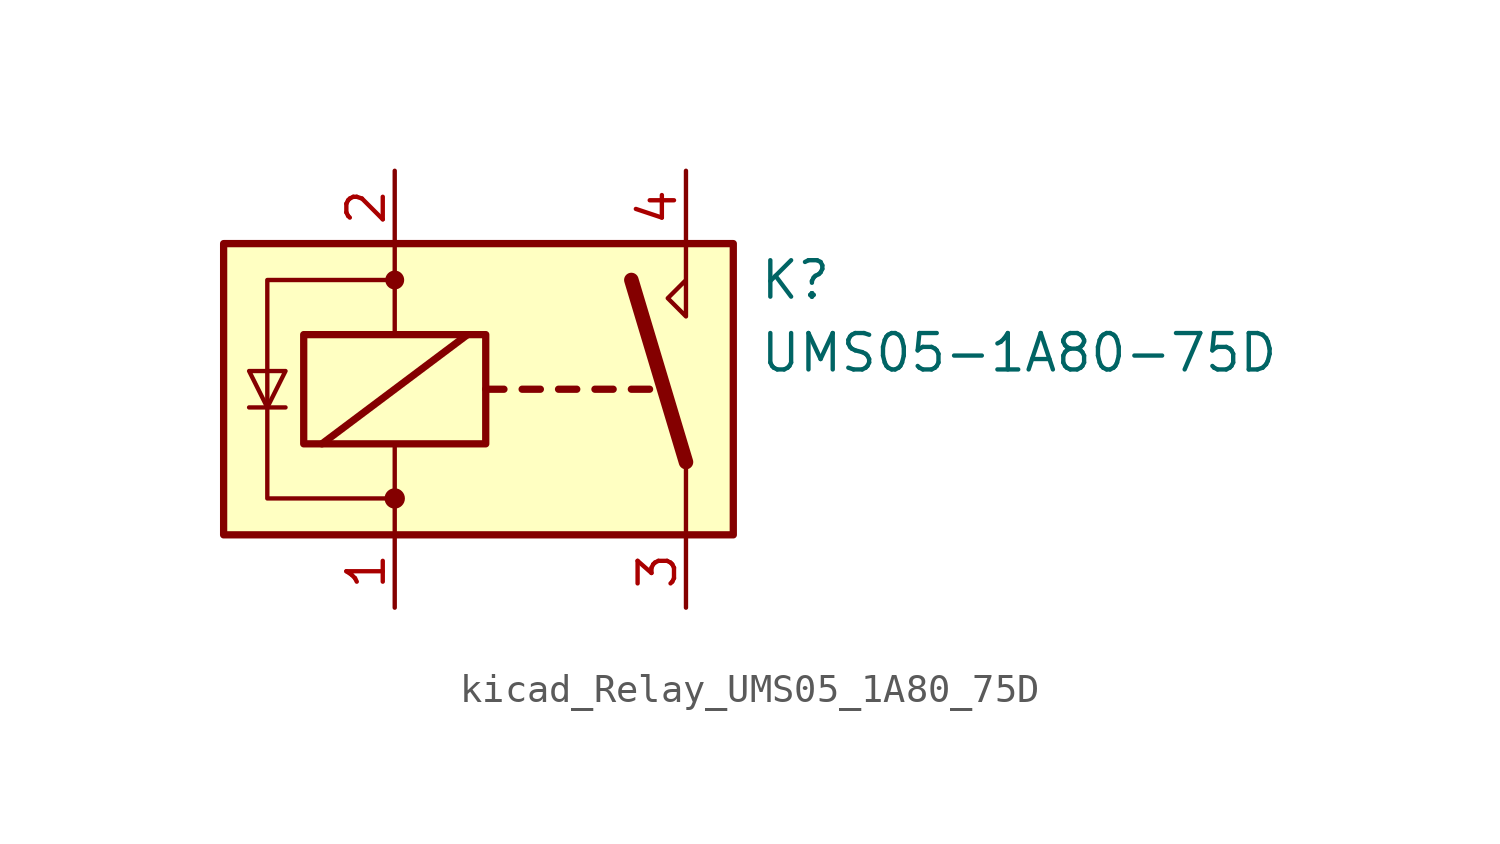
<source format=kicad_sym>
(kicad_symbol_lib
  (version 20220914)
  (generator kicad_symbol_editor)
  (symbol "kicad_Relay_UMS05_1A80_75D"
    (property "Reference" "K"
      (at 7.62 3.81 0)
      (effects (font (size 1.27 1.27)) (justify left)))
    (property "Value" "UMS05-1A80-75D"
      (at 7.62 1.27 0)
      (effects (font (size 1.27 1.27)) (justify left)))
    (symbol "kicad_Relay_UMS05_1A80_75D_0_0"
      (polyline (pts (xy 5.08 5.08) (xy 5.08 2.54) (xy 4.445 3.175) (xy 5.08 3.81)) (stroke (width 0) (type default)) (fill (type none))))
    (symbol "kicad_Relay_UMS05_1A80_75D_0_1"
      (rectangle (start -11.049 5.08) (end 6.731 -5.08) (stroke (width 0.254) (type default)) (fill (type background)))
      (rectangle (start -8.255 1.905) (end -1.905 -1.905) (stroke (width 0.254) (type default)) (fill (type none)))
      (circle (center -5.08 -3.81) (radius 0.279) (stroke (width 0) (type default)) (fill (type outline)))
      (circle (center -5.08 3.81) (radius 0.254) (stroke (width 0) (type default)) (fill (type outline)))
      (polyline (pts (xy -8.89 -0.635) (xy -10.16 -0.635)) (stroke (width 0) (type default)) (fill (type none)))
      (polyline (pts (xy -7.62 -1.905) (xy -2.54 1.905)) (stroke (width 0.254) (type default)) (fill (type none)))
      (polyline (pts (xy -5.08 -5.08) (xy -5.08 -1.905)) (stroke (width 0) (type default)) (fill (type none)))
      (polyline (pts (xy -5.08 5.08) (xy -5.08 1.905)) (stroke (width 0) (type default)) (fill (type none)))
      (polyline (pts (xy -1.905 0) (xy -1.27 0)) (stroke (width 0.254) (type default)) (fill (type none)))
      (polyline (pts (xy -0.635 0) (xy 0 0)) (stroke (width 0.254) (type default)) (fill (type none)))
      (polyline (pts (xy 0.635 0) (xy 1.27 0)) (stroke (width 0.254) (type default)) (fill (type none)))
      (polyline (pts (xy 1.905 0) (xy 2.54 0)) (stroke (width 0.254) (type default)) (fill (type none)))
      (polyline (pts (xy 3.175 0) (xy 3.81 0)) (stroke (width 0.254) (type default)) (fill (type none)))
      (polyline (pts (xy 5.08 -2.54) (xy 3.175 3.81)) (stroke (width 0.508) (type default)) (fill (type none)))
      (polyline (pts (xy 5.08 -2.54) (xy 5.08 -5.08)) (stroke (width 0) (type default)) (fill (type none)))
      (polyline (pts (xy -9.525 -0.635) (xy -10.16 0.635) (xy -8.89 0.635) (xy -9.525 -0.635)) (stroke (width 0) (type default)) (fill (type none)))
      (polyline (pts (xy -5.08 3.81) (xy -9.525 3.81) (xy -9.525 -3.81) (xy -5.08 -3.81)) (stroke (width 0) (type default)) (fill (type none))))
    (symbol "kicad_Relay_UMS05_1A80_75D_1_1"
      (pin passive line (at -5.08 -7.62 90) (length 2.54) (name "~" (effects (font (size 1.27 1.27)))) (number "1" (effects (font (size 1.27 1.27)))))
      (pin passive line (at -5.08 7.62 270) (length 2.54) (name "~" (effects (font (size 1.27 1.27)))) (number "2" (effects (font (size 1.27 1.27)))))
      (pin passive line (at 5.08 -7.62 90) (length 2.54) (name "~" (effects (font (size 1.27 1.27)))) (number "3" (effects (font (size 1.27 1.27)))))
      (pin passive line (at 5.08 7.62 270) (length 2.54) (name "~" (effects (font (size 1.27 1.27)))) (number "4" (effects (font (size 1.27 1.27))))))))
</source>
